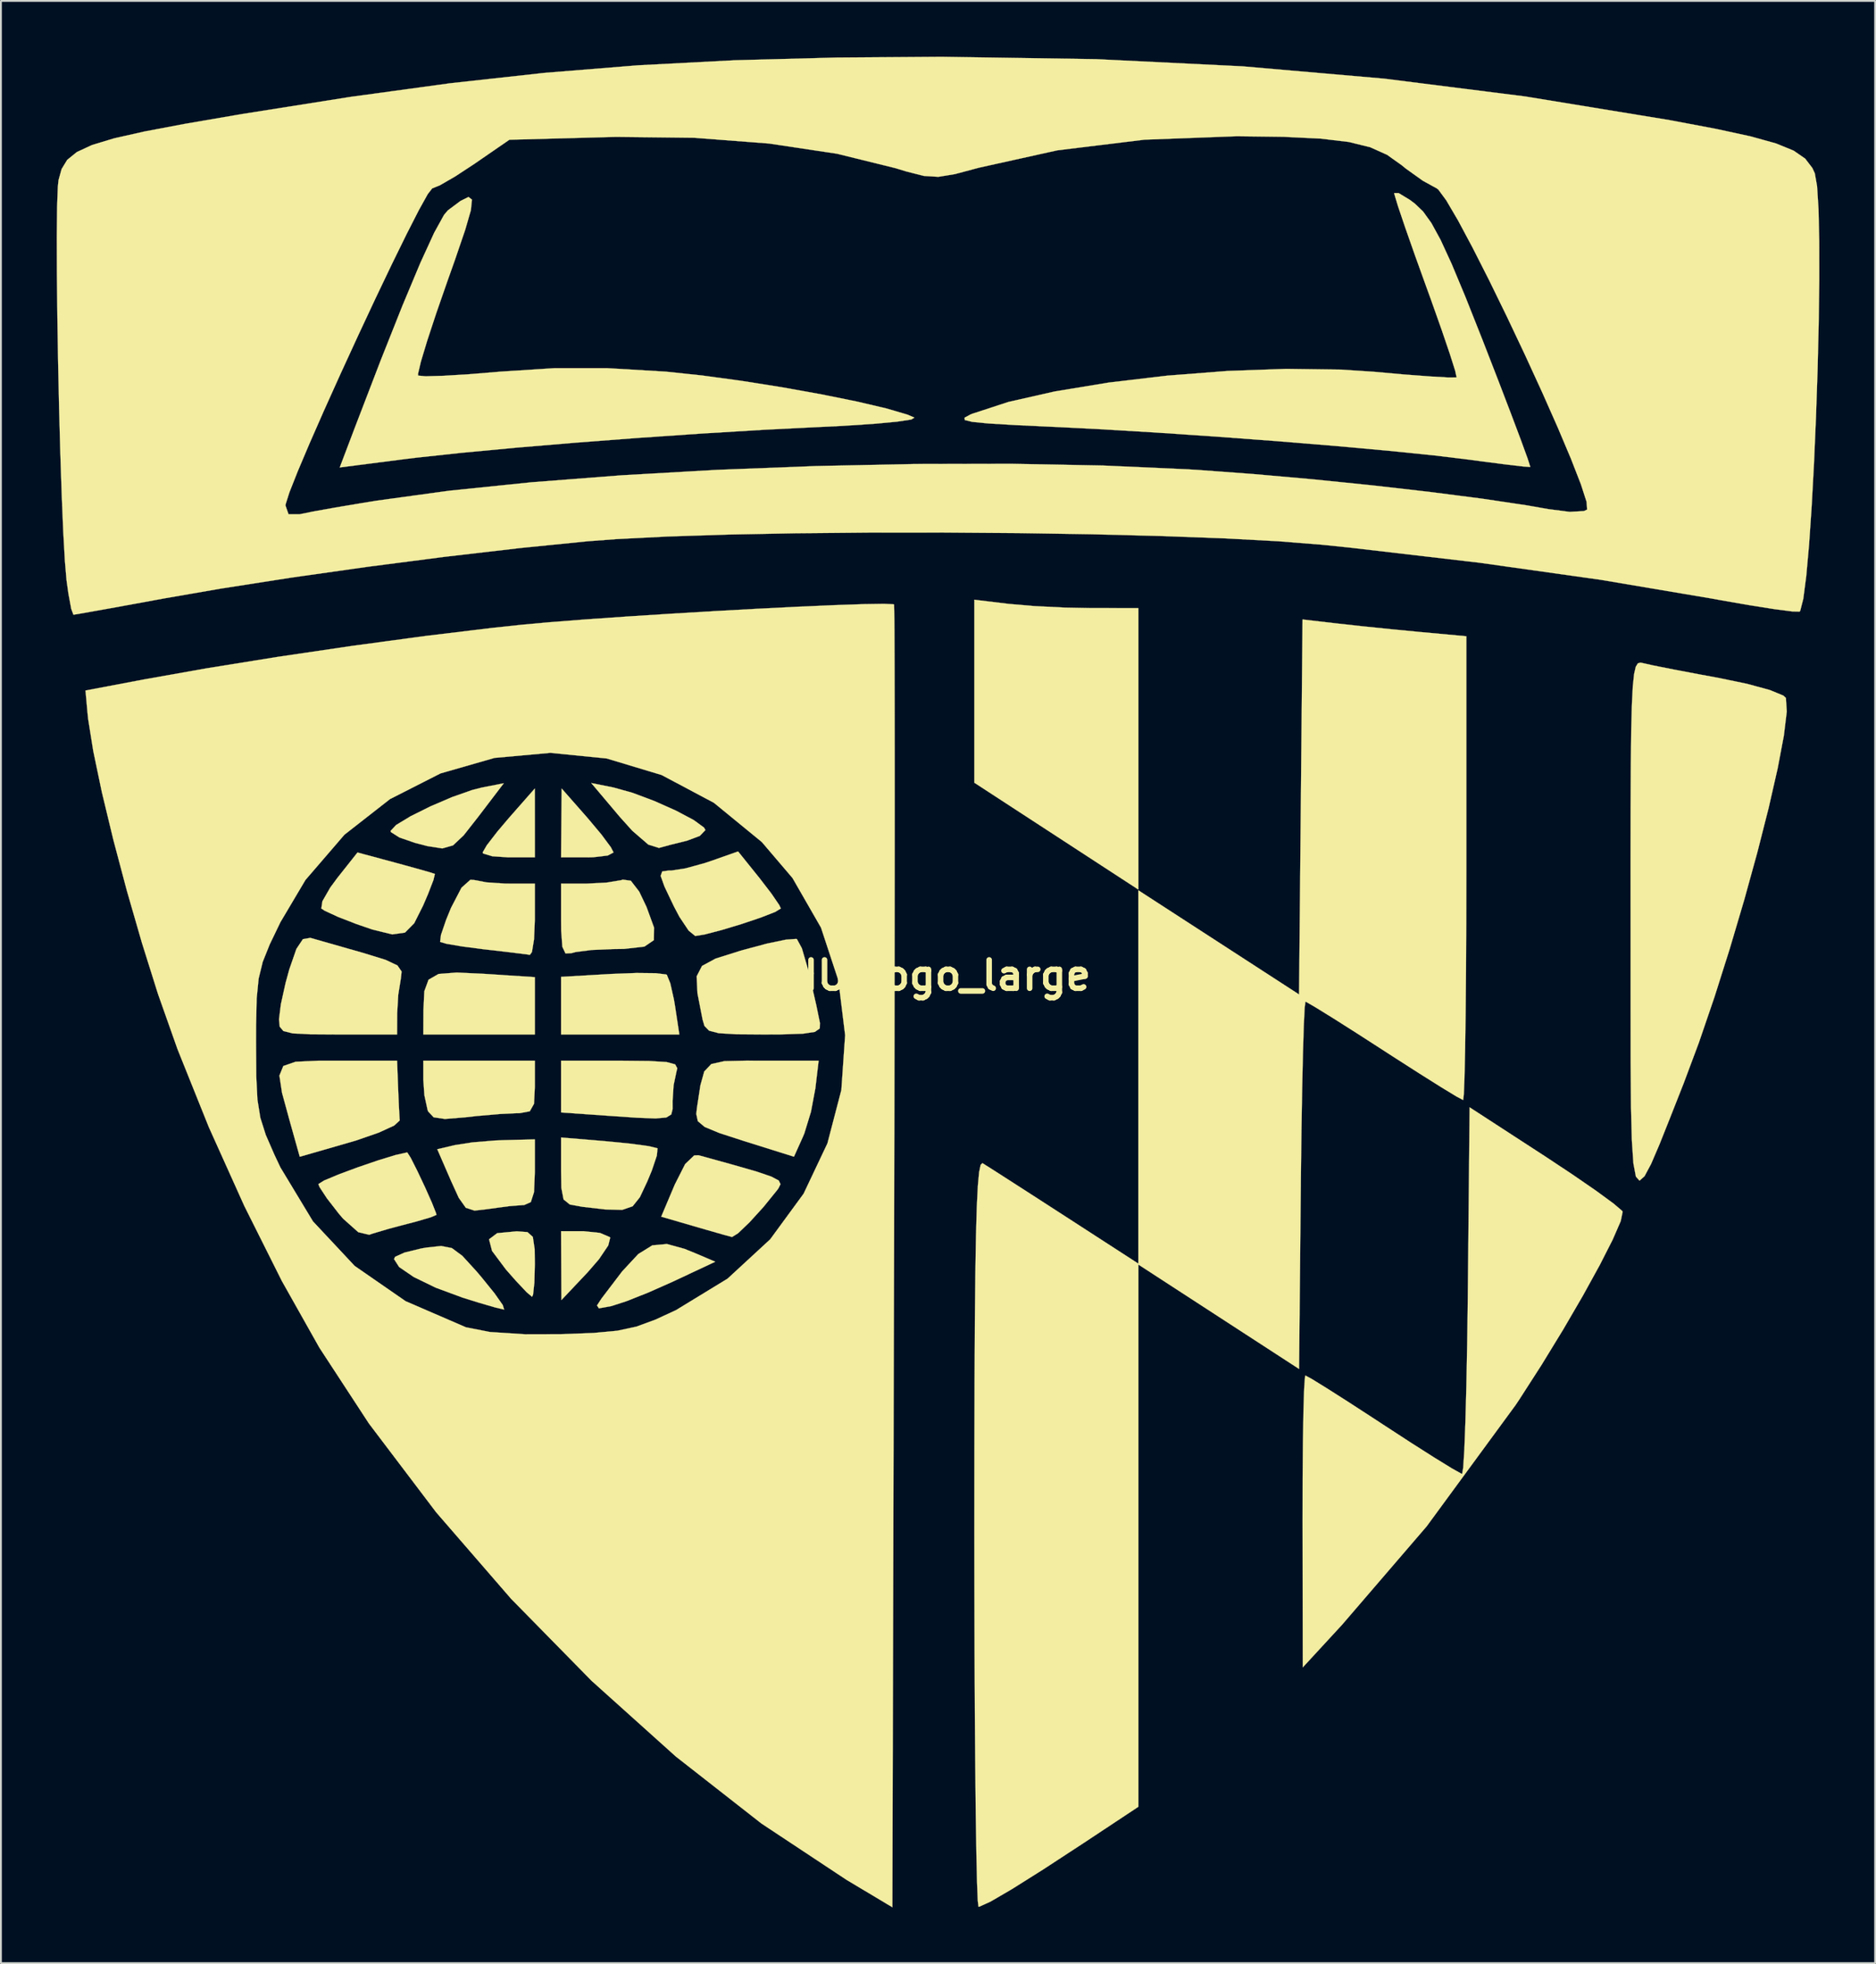
<source format=kicad_pcb>
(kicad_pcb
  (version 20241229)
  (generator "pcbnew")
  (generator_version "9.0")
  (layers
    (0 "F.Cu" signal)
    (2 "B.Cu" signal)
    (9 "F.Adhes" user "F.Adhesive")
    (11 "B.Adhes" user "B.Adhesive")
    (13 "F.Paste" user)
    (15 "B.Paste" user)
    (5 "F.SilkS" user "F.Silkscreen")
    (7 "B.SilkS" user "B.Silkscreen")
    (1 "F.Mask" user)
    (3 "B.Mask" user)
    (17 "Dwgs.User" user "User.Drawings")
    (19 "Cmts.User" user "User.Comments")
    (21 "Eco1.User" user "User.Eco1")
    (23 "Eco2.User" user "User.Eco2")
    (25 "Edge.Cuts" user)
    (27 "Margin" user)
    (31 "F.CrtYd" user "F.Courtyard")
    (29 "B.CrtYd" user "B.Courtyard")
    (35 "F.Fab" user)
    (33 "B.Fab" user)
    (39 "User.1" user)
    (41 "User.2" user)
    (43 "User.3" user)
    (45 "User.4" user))
  (footprint "JHU_logo_large"
    (layer "F.Cu")
    (at 46.88 49.416)
    (property "Reference" "JHU_logo_large" (at 0 0 0) (layer "F.SilkS") (effects (font (size 1.524 1.524) (thickness 0.3))))
    (attr through_hole)
    (fp_poly (pts (xy 4.322 -19.984) (xy 5.675 -19.867) (xy 7.34 -19.785) (xy 8.731 -19.759) (xy 11.289 -19.756) (xy 11.289 -4.618) (xy 2.469 -10.365) (xy 2.469 -20.207) (xy 4.322 -19.984)) (stroke (width 0.01) (type solid)) (fill yes) (layer "F.SilkS"))
    (fp_poly (pts (xy -23.901 -0.086) (xy -21.167 0.093) (xy -21.167 3.175) (xy -27.164 3.175) (xy -27.158 1.852) (xy -27.109 0.847) (xy -26.883 0.23) (xy -26.346 -0.078) (xy -25.368 -0.155) (xy -23.901 -0.086)) (stroke (width 0.01) (type solid)) (fill yes) (layer "F.SilkS"))
    (fp_poly (pts (xy -21.168 -8.202) (xy -21.167 -6.35) (xy -22.578 -6.35) (xy -23.457 -6.409) (xy -23.941 -6.555) (xy -23.974 -6.615) (xy -23.75 -7.002) (xy -23.184 -7.735) (xy -22.564 -8.467) (xy -21.169 -10.054) (xy -21.168 -8.202)) (stroke (width 0.01) (type solid)) (fill yes) (layer "F.SilkS"))
    (fp_poly (pts (xy -18.33 -8.467) (xy -17.587 -7.58) (xy -17.081 -6.898) (xy -16.934 -6.615) (xy -17.247 -6.449) (xy -18.029 -6.357) (xy -18.344 -6.35) (xy -19.756 -6.35) (xy -19.741 -8.202) (xy -19.725 -10.054) (xy -18.33 -8.467)) (stroke (width 0.01) (type solid)) (fill yes) (layer "F.SilkS"))
    (fp_poly (pts (xy -17.664 13.85) (xy -17.137 14.075) (xy -17.113 14.106) (xy -17.22 14.527) (xy -17.717 15.263) (xy -18.318 15.958) (xy -19.738 17.462) (xy -19.747 15.61) (xy -19.756 13.758) (xy -18.542 13.758) (xy -17.664 13.85)) (stroke (width 0.01) (type solid)) (fill yes) (layer "F.SilkS"))
    (fp_poly (pts (xy -14.664 -0.12) (xy -14.107 -0.052) (xy -14.068 -0.031) (xy -13.884 0.419) (xy -13.686 1.299) (xy -13.623 1.676) (xy -13.397 3.175) (xy -19.756 3.175) (xy -19.756 0.077) (xy -17.022 -0.081) (xy -15.698 -0.131) (xy -14.664 -0.12)) (stroke (width 0.01) (type solid)) (fill yes) (layer "F.SilkS"))
    (fp_poly (pts (xy -13.12 14.706) (xy -12.524 14.948) (xy -11.465 15.4) (xy -13.758 16.476) (xy -15.062 17.055) (xy -16.252 17.527) (xy -17.052 17.786) (xy -17.722 17.907) (xy -17.824 17.751) (xy -17.581 17.378) (xy -16.47 15.918) (xy -15.605 14.987) (xy -14.849 14.518) (xy -14.066 14.446) (xy -13.12 14.706)) (stroke (width 0.01) (type solid)) (fill yes) (layer "F.SilkS"))
    (fp_poly (pts (xy -21.562 13.807) (xy -21.275 14.065) (xy -21.177 14.719) (xy -21.167 15.522) (xy -21.193 16.529) (xy -21.262 17.167) (xy -21.316 17.286) (xy -21.607 17.041) (xy -22.202 16.409) (xy -22.729 15.809) (xy -23.468 14.819) (xy -23.63 14.193) (xy -23.193 13.864) (xy -22.14 13.764) (xy -22.137 13.764) (xy -21.562 13.807)) (stroke (width 0.01) (type solid)) (fill yes) (layer "F.SilkS"))
    (fp_poly (pts (xy -16.937 -10.108) (xy -15.921 -9.825) (xy -14.74 -9.382) (xy -13.58 -8.865) (xy -12.628 -8.361) (xy -12.069 -7.954) (xy -11.994 -7.819) (xy -12.296 -7.505) (xy -12.965 -7.253) (xy -13.894 -7.021) (xy -14.493 -6.857) (xy -15.064 -7.036) (xy -15.926 -7.782) (xy -16.591 -8.52) (xy -18.132 -10.347) (xy -16.937 -10.108)) (stroke (width 0.01) (type solid)) (fill yes) (layer "F.SilkS"))
    (fp_poly (pts (xy -24.206 -8.54) (xy -24.996 -7.533) (xy -25.57 -6.993) (xy -26.147 -6.831) (xy -26.944 -6.956) (xy -27.605 -7.127) (xy -28.448 -7.418) (xy -28.902 -7.707) (xy -28.928 -7.77) (xy -28.627 -8.092) (xy -27.85 -8.562) (xy -26.785 -9.092) (xy -25.619 -9.592) (xy -24.541 -9.972) (xy -24.03 -10.102) (xy -22.836 -10.338) (xy -24.206 -8.54)) (stroke (width 0.01) (type solid)) (fill yes) (layer "F.SilkS"))
    (fp_poly (pts (xy -21.167 5.997) (xy -21.211 6.904) (xy -21.438 7.308) (xy -21.984 7.41) (xy -22.137 7.411) (xy -23.07 7.456) (xy -24.317 7.565) (xy -24.905 7.631) (xy -26.008 7.721) (xy -26.611 7.63) (xy -26.902 7.32) (xy -26.933 7.246) (xy -27.106 6.448) (xy -27.164 5.616) (xy -27.164 4.586) (xy -21.167 4.586) (xy -21.167 5.997)) (stroke (width 0.01) (type solid)) (fill yes) (layer "F.SilkS"))
    (fp_poly (pts (xy -28.522 5.997) (xy -28.48 6.997) (xy -28.441 7.707) (xy -28.434 7.8) (xy -28.731 8.074) (xy -29.552 8.452) (xy -30.737 8.864) (xy -31.104 8.973) (xy -33.809 9.753) (xy -34.367 7.764) (xy -34.763 6.313) (xy -34.904 5.388) (xy -34.693 4.871) (xy -34.031 4.643) (xy -32.821 4.587) (xy -31.75 4.586) (xy -28.575 4.586) (xy -28.522 5.997)) (stroke (width 0.01) (type solid)) (fill yes) (layer "F.SilkS"))
    (fp_poly (pts (xy -15.021 4.601) (xy -14.087 4.659) (xy -13.621 4.784) (xy -13.506 4.996) (xy -13.544 5.144) (xy -13.704 5.905) (xy -13.758 6.732) (xy -13.757 7.183) (xy -13.83 7.479) (xy -14.096 7.641) (xy -14.673 7.693) (xy -15.679 7.654) (xy -17.231 7.549) (xy -17.903 7.501) (xy -19.756 7.371) (xy -19.756 4.586) (xy -16.543 4.586) (xy -15.021 4.601)) (stroke (width 0.01) (type solid)) (fill yes) (layer "F.SilkS"))
    (fp_poly (pts (xy -21.167 10.583) (xy -21.211 11.658) (xy -21.383 12.192) (xy -21.738 12.35) (xy -21.784 12.351) (xy -22.546 12.41) (xy -23.571 12.549) (xy -23.664 12.564) (xy -24.412 12.65) (xy -24.879 12.498) (xy -25.257 11.965) (xy -25.67 11.061) (xy -26.414 9.349) (xy -25.466 9.126) (xy -24.522 8.979) (xy -23.287 8.878) (xy -22.842 8.861) (xy -21.167 8.819) (xy -21.167 10.583)) (stroke (width 0.01) (type solid)) (fill yes) (layer "F.SilkS"))
    (fp_poly (pts (xy -17.244 8.928) (xy -15.988 9.053) (xy -15.035 9.184) (xy -14.578 9.295) (xy -14.569 9.302) (xy -14.605 9.69) (xy -14.877 10.498) (xy -15.12 11.083) (xy -15.519 11.931) (xy -15.908 12.417) (xy -16.47 12.611) (xy -17.389 12.587) (xy -18.609 12.445) (xy -19.284 12.324) (xy -19.623 12.049) (xy -19.742 11.426) (xy -19.756 10.51) (xy -19.756 8.717) (xy -17.244 8.928)) (stroke (width 0.01) (type solid)) (fill yes) (layer "F.SilkS"))
    (fp_poly (pts (xy -8.943 4.586) (xy -5.905 4.586) (xy -6.082 6.085) (xy -6.318 7.336) (xy -6.673 8.495) (xy -6.745 8.668) (xy -7.232 9.751) (xy -9.913 8.91) (xy -11.246 8.477) (xy -12.032 8.151) (xy -12.402 7.839) (xy -12.485 7.451) (xy -12.449 7.122) (xy -12.264 5.914) (xy -12.057 5.166) (xy -11.678 4.767) (xy -10.976 4.61) (xy -9.799 4.584) (xy -8.943 4.586)) (stroke (width 0.01) (type solid)) (fill yes) (layer "F.SilkS"))
    (fp_poly (pts (xy -28.67 -6.064) (xy -27.575 -5.764) (xy -26.8 -5.543) (xy -26.542 -5.459) (xy -26.619 -5.135) (xy -26.915 -4.368) (xy -27.176 -3.759) (xy -27.655 -2.805) (xy -28.15 -2.304) (xy -28.838 -2.207) (xy -29.896 -2.466) (xy -30.755 -2.761) (xy -31.762 -3.152) (xy -32.474 -3.483) (xy -32.65 -3.6) (xy -32.591 -3.992) (xy -32.173 -4.72) (xy -31.799 -5.23) (xy -30.704 -6.612) (xy -28.67 -6.064)) (stroke (width 0.01) (type solid)) (fill yes) (layer "F.SilkS"))
    (fp_poly (pts (xy -10.505 10.186) (xy -9.229 10.554) (xy -8.443 10.822) (xy -8.051 11.031) (xy -7.956 11.226) (xy -8.065 11.448) (xy -8.156 11.572) (xy -8.872 12.455) (xy -9.618 13.275) (xy -10.236 13.868) (xy -10.561 14.07) (xy -10.986 13.956) (xy -11.861 13.706) (xy -12.565 13.502) (xy -14.371 12.976) (xy -13.641 11.249) (xy -13.082 10.144) (xy -12.595 9.681) (xy -12.365 9.672) (xy -10.505 10.186)) (stroke (width 0.01) (type solid)) (fill yes) (layer "F.SilkS"))
    (fp_poly (pts (xy -25.631 14.665) (xy -25.068 15.081) (xy -24.312 15.908) (xy -24.058 16.206) (xy -23.336 17.097) (xy -22.892 17.73) (xy -22.819 17.973) (xy -22.823 17.973) (xy -23.291 17.862) (xy -24.205 17.596) (xy -25.049 17.332) (xy -26.501 16.795) (xy -27.679 16.222) (xy -28.464 15.686) (xy -28.739 15.258) (xy -28.681 15.135) (xy -28.176 14.906) (xy -27.271 14.685) (xy -26.988 14.637) (xy -26.204 14.553) (xy -25.631 14.665)) (stroke (width 0.01) (type solid)) (fill yes) (layer "F.SilkS"))
    (fp_poly (pts (xy -24.437 -5.133) (xy -23.767 -5.006) (xy -22.763 -4.941) (xy -22.549 -4.939) (xy -21.167 -4.939) (xy -21.167 -2.999) (xy -21.21 -1.946) (xy -21.322 -1.262) (xy -21.431 -1.107) (xy -21.897 -1.169) (xy -22.846 -1.284) (xy -23.906 -1.406) (xy -25.077 -1.558) (xy -25.931 -1.704) (xy -26.261 -1.802) (xy -26.215 -2.178) (xy -25.94 -2.986) (xy -25.674 -3.636) (xy -25.111 -4.719) (xy -24.633 -5.145) (xy -24.437 -5.133)) (stroke (width 0.01) (type solid)) (fill yes) (layer "F.SilkS"))
    (fp_poly (pts (xy -16.005 -5.093) (xy -15.554 -4.509) (xy -15.16 -3.681) (xy -14.756 -2.573) (xy -14.767 -1.897) (xy -15.276 -1.549) (xy -16.369 -1.426) (xy -16.993 -1.417) (xy -18.108 -1.369) (xy -18.983 -1.256) (xy -19.198 -1.197) (xy -19.518 -1.181) (xy -19.688 -1.54) (xy -19.751 -2.408) (xy -19.756 -2.961) (xy -19.756 -4.939) (xy -18.373 -4.939) (xy -17.329 -4.991) (xy -16.531 -5.121) (xy -16.436 -5.152) (xy -16.005 -5.093)) (stroke (width 0.01) (type solid)) (fill yes) (layer "F.SilkS"))
    (fp_poly (pts (xy -9.087 -5.239) (xy -8.437 -4.393) (xy -8.02 -3.78) (xy -7.938 -3.601) (xy -8.243 -3.414) (xy -9.018 -3.112) (xy -10.051 -2.764) (xy -11.131 -2.438) (xy -12.044 -2.201) (xy -12.542 -2.121) (xy -12.896 -2.41) (xy -13.391 -3.151) (xy -13.688 -3.714) (xy -14.194 -4.777) (xy -14.401 -5.354) (xy -14.318 -5.593) (xy -13.953 -5.644) (xy -13.803 -5.644) (xy -13.063 -5.759) (xy -12.023 -6.045) (xy -11.689 -6.157) (xy -10.237 -6.669) (xy -9.087 -5.239)) (stroke (width 0.01) (type solid)) (fill yes) (layer "F.SilkS"))
    (fp_poly (pts (xy -33.225 -2.016) (xy -32.588 -1.834) (xy -31.518 -1.529) (xy -30.403 -1.211) (xy -29.203 -0.841) (xy -28.558 -0.539) (xy -28.332 -0.212) (xy -28.37 0.153) (xy -28.512 1.035) (xy -28.57 2.028) (xy -28.575 3.175) (xy -31.75 3.175) (xy -33.254 3.166) (xy -34.187 3.118) (xy -34.687 2.993) (xy -34.887 2.759) (xy -34.925 2.379) (xy -34.925 2.357) (xy -34.826 1.557) (xy -34.572 0.405) (xy -34.372 -0.324) (xy -33.99 -1.426) (xy -33.64 -1.951) (xy -33.241 -2.021) (xy -33.225 -2.016)) (stroke (width 0.01) (type solid)) (fill yes) (layer "F.SilkS"))
    (fp_poly (pts (xy -7.071 -1.95) (xy -6.807 -1.463) (xy -6.46 -0.277) (xy -6.03 1.607) (xy -5.835 2.558) (xy -5.845 2.853) (xy -6.107 3.037) (xy -6.745 3.134) (xy -7.888 3.171) (xy -8.846 3.175) (xy -10.344 3.164) (xy -11.281 3.107) (xy -11.799 2.971) (xy -12.044 2.72) (xy -12.145 2.381) (xy -12.422 0.957) (xy -12.466 0.051) (xy -12.176 -0.511) (xy -11.449 -0.905) (xy -10.184 -1.304) (xy -9.965 -1.369) (xy -8.689 -1.711) (xy -7.676 -1.922) (xy -7.111 -1.964) (xy -7.071 -1.95)) (stroke (width 0.01) (type solid)) (fill yes) (layer "F.SilkS"))
    (fp_poly (pts (xy -27.843 9.81) (xy -27.489 10.511) (xy -27.071 11.396) (xy -26.699 12.232) (xy -26.479 12.789) (xy -26.458 12.879) (xy -26.765 13.01) (xy -27.542 13.238) (xy -28 13.357) (xy -29.066 13.641) (xy -29.894 13.887) (xy -30.074 13.95) (xy -30.662 13.812) (xy -31.475 13.087) (xy -31.707 12.817) (xy -32.347 11.992) (xy -32.745 11.386) (xy -32.808 11.223) (xy -32.505 11.033) (xy -31.733 10.709) (xy -30.698 10.324) (xy -29.604 9.95) (xy -28.658 9.66) (xy -28.065 9.527) (xy -28.025 9.525) (xy -27.843 9.81)) (stroke (width 0.01) (type solid)) (fill yes) (layer "F.SilkS"))
    (fp_poly (pts (xy 2.91 10.101) (xy 3.359 10.383) (xy 4.274 10.97) (xy 5.532 11.779) (xy 7.007 12.732) (xy 7.32 12.934) (xy 11.289 15.503) (xy 11.289 44.717) (xy 8.378 46.645) (xy 6.177 48.084) (xy 4.491 49.145) (xy 3.339 49.817) (xy 2.738 50.089) (xy 2.692 50.094) (xy 2.651 49.752) (xy 2.613 48.767) (xy 2.578 47.201) (xy 2.546 45.117) (xy 2.519 42.578) (xy 2.497 39.645) (xy 2.481 36.383) (xy 2.472 32.852) (xy 2.469 29.965) (xy 2.472 25.545) (xy 2.481 21.785) (xy 2.498 18.641) (xy 2.523 16.068) (xy 2.557 14.021) (xy 2.601 12.454) (xy 2.657 11.323) (xy 2.725 10.583) (xy 2.807 10.19) (xy 2.902 10.097) (xy 2.91 10.101)) (stroke (width 0.01) (type solid)) (fill yes) (layer "F.SilkS"))
    (fp_poly (pts (xy 21.966 -18.931) (xy 23.313 -18.783) (xy 24.973 -18.613) (xy 26.37 -18.479) (xy 28.928 -18.243) (xy 28.928 -5.77) (xy 28.923 -2.883) (xy 28.91 -0.232) (xy 28.889 2.103) (xy 28.861 4.044) (xy 28.828 5.51) (xy 28.791 6.421) (xy 28.755 6.703) (xy 28.412 6.521) (xy 27.592 6.023) (xy 26.406 5.277) (xy 24.967 4.355) (xy 24.507 4.057) (xy 23.016 3.096) (xy 21.747 2.291) (xy 20.81 1.712) (xy 20.319 1.428) (xy 20.275 1.411) (xy 20.232 1.749) (xy 20.186 2.703) (xy 20.141 4.184) (xy 20.098 6.103) (xy 20.06 8.371) (xy 20.029 10.898) (xy 20.026 11.289) (xy 19.932 21.167) (xy 15.61 18.359) (xy 11.289 15.551) (xy 11.289 -4.579) (xy 19.932 1.024) (xy 20.026 -9.061) (xy 20.119 -19.146) (xy 21.966 -18.931)) (stroke (width 0.01) (type solid)) (fill yes) (layer "F.SilkS"))
    (fp_poly (pts (xy 33.161 9.73) (xy 34.65 10.717) (xy 35.912 11.587) (xy 36.833 12.261) (xy 37.301 12.659) (xy 37.335 12.709) (xy 37.231 13.215) (xy 36.8 14.207) (xy 36.101 15.581) (xy 35.192 17.232) (xy 34.131 19.055) (xy 32.976 20.944) (xy 31.786 22.795) (xy 31.578 23.107) (xy 26.794 29.633) (xy 22.245 34.925) (xy 20.132 37.218) (xy 20.12 29.369) (xy 20.124 27.101) (xy 20.14 25.09) (xy 20.168 23.436) (xy 20.205 22.239) (xy 20.25 21.599) (xy 20.273 21.519) (xy 20.612 21.703) (xy 21.426 22.205) (xy 22.604 22.956) (xy 24.033 23.884) (xy 24.461 24.165) (xy 25.945 25.131) (xy 27.215 25.939) (xy 28.156 26.518) (xy 28.656 26.797) (xy 28.701 26.811) (xy 28.76 26.473) (xy 28.82 25.519) (xy 28.877 24.038) (xy 28.929 22.12) (xy 28.973 19.853) (xy 29.007 17.328) (xy 29.01 16.953) (xy 29.104 7.094) (xy 33.161 9.73)) (stroke (width 0.01) (type solid)) (fill yes) (layer "F.SilkS"))
    (fp_poly (pts (xy 38.365 -16.811) (xy 38.964 -16.677) (xy 40.074 -16.456) (xy 41.512 -16.183) (xy 42.46 -16.009) (xy 44.032 -15.683) (xy 45.249 -15.351) (xy 45.975 -15.053) (xy 46.113 -14.924) (xy 46.16 -14.194) (xy 46.004 -12.898) (xy 45.67 -11.136) (xy 45.185 -9.008) (xy 44.576 -6.614) (xy 43.87 -4.055) (xy 43.093 -1.431) (xy 42.273 1.158) (xy 41.435 3.611) (xy 40.606 5.828) (xy 40.55 5.969) (xy 39.872 7.689) (xy 39.314 9.09) (xy 38.864 10.139) (xy 38.51 10.801) (xy 38.241 11.04) (xy 38.046 10.821) (xy 37.912 10.11) (xy 37.829 8.871) (xy 37.783 7.07) (xy 37.764 4.671) (xy 37.761 1.64) (xy 37.76 -2.059) (xy 37.76 -2.405) (xy 37.758 -5.996) (xy 37.762 -8.944) (xy 37.773 -11.311) (xy 37.795 -13.159) (xy 37.83 -14.55) (xy 37.88 -15.546) (xy 37.949 -16.209) (xy 38.039 -16.602) (xy 38.152 -16.786) (xy 38.291 -16.825) (xy 38.365 -16.811)) (stroke (width 0.01) (type solid)) (fill yes) (layer "F.SilkS"))
    (fp_poly (pts (xy -24.548 -41.728) (xy -24.607 -41.158) (xy -24.914 -40.097) (xy -25.467 -38.477) (xy -25.86 -37.37) (xy -26.465 -35.63) (xy -26.957 -34.136) (xy -27.297 -33.007) (xy -27.448 -32.364) (xy -27.443 -32.264) (xy -27.044 -32.227) (xy -26.085 -32.253) (xy -24.709 -32.337) (xy -23.06 -32.472) (xy -23.017 -32.476) (xy -20.108 -32.664) (xy -17.284 -32.664) (xy -14.168 -32.478) (xy -14.058 -32.469) (xy -12.193 -32.273) (xy -10.096 -31.988) (xy -7.909 -31.642) (xy -5.776 -31.259) (xy -3.838 -30.867) (xy -2.237 -30.491) (xy -1.116 -30.159) (xy -0.755 -30.004) (xy -0.921 -29.901) (xy -1.686 -29.785) (xy -2.947 -29.668) (xy -4.596 -29.56) (xy -5.87 -29.498) (xy -8.846 -29.349) (xy -12.127 -29.151) (xy -15.554 -28.916) (xy -18.967 -28.656) (xy -22.209 -28.383) (xy -25.121 -28.109) (xy -27.543 -27.848) (xy -28.265 -27.759) (xy -31.659 -27.323) (xy -30.853 -29.448) (xy -29.459 -33.078) (xy -28.281 -36.04) (xy -27.321 -38.332) (xy -26.577 -39.954) (xy -26.051 -40.906) (xy -25.846 -41.15) (xy -25.167 -41.657) (xy -24.734 -41.872) (xy -24.548 -41.728)) (stroke (width 0.01) (type solid)) (fill yes) (layer "F.SilkS"))
    (fp_poly (pts (xy 25.287 -42.081) (xy 25.889 -41.716) (xy 26.16 -41.513) (xy 26.6 -41.092) (xy 27.045 -40.474) (xy 27.542 -39.566) (xy 28.136 -38.275) (xy 28.873 -36.511) (xy 29.798 -34.18) (xy 29.861 -34.017) (xy 30.641 -32.009) (xy 31.318 -30.241) (xy 31.856 -28.812) (xy 32.217 -27.821) (xy 32.364 -27.366) (xy 32.364 -27.348) (xy 32.001 -27.373) (xy 31.101 -27.477) (xy 29.823 -27.642) (xy 29.104 -27.739) (xy 27.201 -27.97) (xy 24.737 -28.221) (xy 21.857 -28.482) (xy 18.706 -28.74) (xy 15.428 -28.985) (xy 12.168 -29.205) (xy 9.07 -29.389) (xy 6.703 -29.507) (xy 4.652 -29.603) (xy 3.229 -29.688) (xy 2.355 -29.774) (xy 1.953 -29.874) (xy 1.944 -30.001) (xy 2.25 -30.166) (xy 2.344 -30.206) (xy 4.296 -30.845) (xy 6.798 -31.412) (xy 9.697 -31.889) (xy 12.839 -32.261) (xy 16.072 -32.512) (xy 19.242 -32.626) (xy 22.195 -32.586) (xy 23.939 -32.47) (xy 25.607 -32.322) (xy 26.999 -32.217) (xy 27.975 -32.162) (xy 28.398 -32.167) (xy 28.404 -32.17) (xy 28.328 -32.522) (xy 28.046 -33.414) (xy 27.599 -34.728) (xy 27.028 -36.341) (xy 26.778 -37.03) (xy 26.159 -38.749) (xy 25.638 -40.234) (xy 25.258 -41.358) (xy 25.064 -41.996) (xy 25.047 -42.082) (xy 25.287 -42.081)) (stroke (width 0.01) (type solid)) (fill yes) (layer "F.SilkS"))
    (fp_poly (pts (xy -1.875 -19.963) (xy -1.85 -19.953) (xy -1.839 -19.597) (xy -1.829 -18.582) (xy -1.822 -16.957) (xy -1.817 -14.769) (xy -1.814 -12.065) (xy -1.813 -8.894) (xy -1.815 -5.303) (xy -1.819 -1.34) (xy -1.825 2.949) (xy -1.833 7.515) (xy -1.843 12.311) (xy -1.85 15.126) (xy -1.94 50.121) (xy -4.41 48.644) (xy -8.981 45.617) (xy -13.585 42.013) (xy -18.111 37.945) (xy -22.445 33.529) (xy -26.474 28.877) (xy -30.088 24.104) (xy -32.753 20.024) (xy -34.771 16.438) (xy -36.79 12.402) (xy -38.699 8.162) (xy -40.385 3.963) (xy -40.483 3.685) (xy -36.16 3.685) (xy -36.148 5.427) (xy -36.086 6.679) (xy -35.929 7.658) (xy -35.636 8.581) (xy -35.164 9.664) (xy -34.849 10.33) (xy -33.099 13.229) (xy -30.857 15.625) (xy -28.117 17.522) (xy -24.875 18.925) (xy -24.871 18.926) (xy -23.578 19.18) (xy -21.689 19.301) (xy -19.756 19.296) (xy -18.007 19.231) (xy -16.735 19.112) (xy -15.708 18.891) (xy -14.696 18.52) (xy -13.582 18.006) (xy -10.803 16.31) (xy -8.508 14.192) (xy -6.712 11.738) (xy -5.432 9.034) (xy -4.683 6.165) (xy -4.48 3.217) (xy -4.84 0.277) (xy -5.778 -2.571) (xy -7.311 -5.24) (xy -8.958 -7.172) (xy -11.536 -9.284) (xy -14.346 -10.778) (xy -17.305 -11.67) (xy -20.329 -11.972) (xy -23.335 -11.7) (xy -26.239 -10.866) (xy -28.957 -9.484) (xy -31.407 -7.569) (xy -33.503 -5.135) (xy -34.848 -2.867) (xy -35.425 -1.669) (xy -35.802 -0.727) (xy -36.021 0.171) (xy -36.126 1.236) (xy -36.158 2.681) (xy -36.16 3.685) (xy -40.483 3.685) (xy -41.438 0.984) (xy -42.293 -1.738) (xy -43.105 -4.548) (xy -43.836 -7.303) (xy -44.452 -9.857) (xy -44.914 -12.067) (xy -45.189 -13.788) (xy -45.222 -14.101) (xy -45.332 -15.325) (xy -42.157 -15.926) (xy -38.806 -16.521) (xy -35.006 -17.133) (xy -31.008 -17.723) (xy -27.068 -18.256) (xy -23.438 -18.695) (xy -21.872 -18.862) (xy -20.342 -19.001) (xy -18.437 -19.149) (xy -16.263 -19.301) (xy -13.925 -19.451) (xy -11.529 -19.594) (xy -9.181 -19.723) (xy -6.988 -19.833) (xy -5.055 -19.917) (xy -3.487 -19.971) (xy -2.392 -19.988) (xy -1.875 -19.963)) (stroke (width 0.01) (type solid)) (fill yes) (layer "F.SilkS"))
    (fp_poly (pts (xy 9.026 -49.284) (xy 16.893 -48.898) (xy 24.514 -48.235) (xy 32.099 -47.277) (xy 39.857 -46.006) (xy 39.864 -46.004) (xy 42.346 -45.536) (xy 44.223 -45.129) (xy 45.587 -44.749) (xy 46.532 -44.362) (xy 47.15 -43.934) (xy 47.535 -43.431) (xy 47.668 -43.144) (xy 47.789 -42.459) (xy 47.868 -41.203) (xy 47.906 -39.481) (xy 47.908 -37.398) (xy 47.877 -35.058) (xy 47.817 -32.565) (xy 47.731 -30.024) (xy 47.624 -27.539) (xy 47.498 -25.216) (xy 47.358 -23.158) (xy 47.207 -21.469) (xy 47.048 -20.255) (xy 46.886 -19.62) (xy 46.851 -19.569) (xy 46.47 -19.576) (xy 45.528 -19.697) (xy 44.159 -19.913) (xy 42.495 -20.203) (xy 42.098 -20.276) (xy 36.131 -21.283) (xy 29.619 -22.2) (xy 22.715 -23.006) (xy 21.167 -23.166) (xy 18.833 -23.352) (xy 15.914 -23.509) (xy 12.531 -23.634) (xy 8.805 -23.729) (xy 4.854 -23.792) (xy 0.801 -23.822) (xy -3.236 -23.819) (xy -7.135 -23.783) (xy -10.776 -23.713) (xy -14.039 -23.608) (xy -16.803 -23.467) (xy -18.344 -23.351) (xy -21.987 -22.985) (xy -26 -22.518) (xy -30.164 -21.979) (xy -34.261 -21.398) (xy -38.07 -20.804) (xy -41.076 -20.283) (xy -42.819 -19.963) (xy -44.296 -19.695) (xy -45.379 -19.502) (xy -45.937 -19.408) (xy -45.982 -19.403) (xy -46.1 -19.72) (xy -46.251 -20.534) (xy -46.351 -21.255) (xy -46.44 -22.293) (xy -46.528 -23.857) (xy -46.587 -25.274) (xy -34.577 -25.274) (xy -34.412 -24.804) (xy -33.819 -24.803) (xy -33.778 -24.813) (xy -33.09 -24.953) (xy -31.906 -25.165) (xy -30.429 -25.414) (xy -29.633 -25.542) (xy -25.774 -26.071) (xy -21.35 -26.525) (xy -16.498 -26.901) (xy -11.354 -27.194) (xy -6.056 -27.398) (xy -0.741 -27.508) (xy 4.455 -27.519) (xy 9.394 -27.426) (xy 13.94 -27.223) (xy 14.476 -27.19) (xy 17.454 -26.97) (xy 20.631 -26.689) (xy 23.848 -26.362) (xy 26.944 -26.009) (xy 29.759 -25.646) (xy 32.132 -25.293) (xy 33.337 -25.082) (xy 34.486 -24.934) (xy 35.256 -24.978) (xy 35.423 -25.059) (xy 35.393 -25.477) (xy 35.088 -26.419) (xy 34.556 -27.785) (xy 33.844 -29.472) (xy 33 -31.377) (xy 32.072 -33.4) (xy 31.108 -35.437) (xy 30.156 -37.387) (xy 29.263 -39.147) (xy 28.478 -40.616) (xy 27.847 -41.691) (xy 27.42 -42.271) (xy 27.328 -42.338) (xy 26.591 -42.742) (xy 25.674 -43.398) (xy 25.444 -43.585) (xy 24.667 -44.138) (xy 23.759 -44.546) (xy 22.606 -44.83) (xy 21.092 -45.01) (xy 19.103 -45.106) (xy 16.581 -45.138) (xy 11.613 -44.952) (xy 6.931 -44.38) (xy 2.716 -43.446) (xy 1.429 -43.102) (xy 0.534 -42.955) (xy -0.25 -43.004) (xy -1.208 -43.248) (xy -1.767 -43.42) (xy -4.914 -44.196) (xy -8.573 -44.746) (xy -12.584 -45.054) (xy -16.786 -45.102) (xy -17.176 -45.093) (xy -22.536 -44.949) (xy -24.435 -43.641) (xy -25.462 -42.968) (xy -26.28 -42.496) (xy -26.686 -42.333) (xy -26.925 -42.027) (xy -27.398 -41.177) (xy -28.058 -39.885) (xy -28.858 -38.254) (xy -29.749 -36.388) (xy -30.684 -34.388) (xy -31.617 -32.358) (xy -32.499 -30.4) (xy -33.282 -28.617) (xy -33.92 -27.111) (xy -34.365 -25.986) (xy -34.569 -25.344) (xy -34.577 -25.274) (xy -46.587 -25.274) (xy -46.61 -25.829) (xy -46.686 -28.094) (xy -46.752 -30.536) (xy -46.806 -33.04) (xy -46.846 -35.489) (xy -46.87 -37.768) (xy -46.875 -39.761) (xy -46.859 -41.352) (xy -46.819 -42.424) (xy -46.782 -42.777) (xy -46.617 -43.374) (xy -46.314 -43.869) (xy -45.794 -44.29) (xy -44.979 -44.667) (xy -43.79 -45.026) (xy -42.147 -45.396) (xy -39.972 -45.807) (xy -37.185 -46.286) (xy -36.865 -46.34) (xy -31.079 -47.255) (xy -25.735 -47.986) (xy -20.642 -48.547) (xy -15.607 -48.954) (xy -10.438 -49.224) (xy -4.942 -49.37) (xy 0.706 -49.411) (xy 9.026 -49.284)) (stroke (width 0.01) (type solid)) (fill yes) (layer "F.SilkS")))
  (gr_rect
    (start -3 -3)
    (end 97.792 102.542)
    (stroke (width 0.1) (type default))
    (fill no)
    (layer "Edge.Cuts")))
</source>
